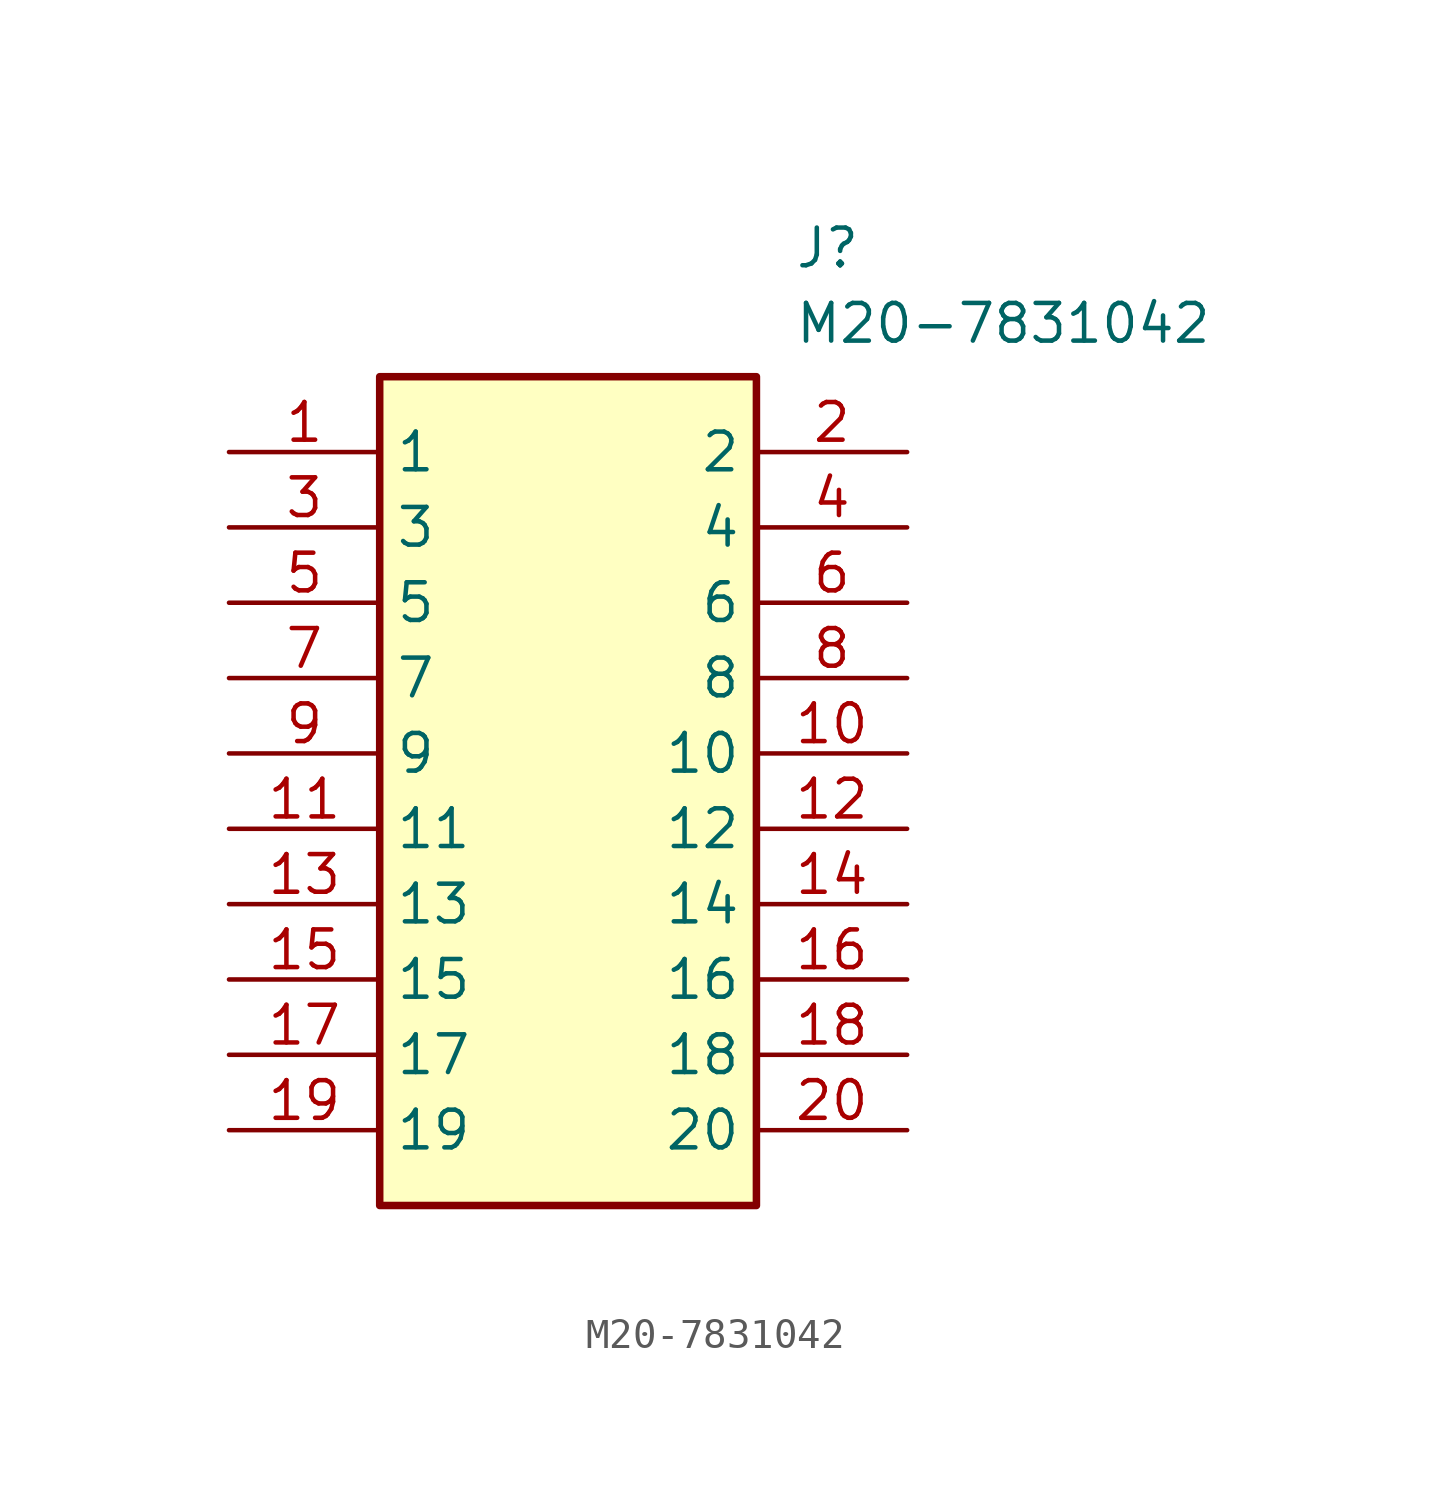
<source format=kicad_sym>
(kicad_symbol_lib
  (version 20211014)
  (generator SamacSys_ECAD_Model)
  (symbol "M20-7831042"
    (property "Reference" "J"
      (at 19.05 7.62 0)
      (effects (font (size 1.27 1.27)) (justify left top)))
    (property "Value" "M20-7831042"
      (at 19.05 5.08 0)
      (effects (font (size 1.27 1.27)) (justify left top)))
    (rectangle
      (start 5.08 2.54)
      (end 17.78 -25.4)
      (stroke (width 0.254) (type default))
      (fill (type background)))
    (pin passive line
      (at 0 0 0)
      (length 5.08)
      (name "1" (effects (font (size 1.27 1.27))))
      (number "1" (effects (font (size 1.27 1.27)))))
    (pin passive line
      (at 0 -2.54 0)
      (length 5.08)
      (name "3" (effects (font (size 1.27 1.27))))
      (number "3" (effects (font (size 1.27 1.27)))))
    (pin passive line
      (at 0 -5.08 0)
      (length 5.08)
      (name "5" (effects (font (size 1.27 1.27))))
      (number "5" (effects (font (size 1.27 1.27)))))
    (pin passive line
      (at 0 -7.62 0)
      (length 5.08)
      (name "7" (effects (font (size 1.27 1.27))))
      (number "7" (effects (font (size 1.27 1.27)))))
    (pin passive line
      (at 0 -10.16 0)
      (length 5.08)
      (name "9" (effects (font (size 1.27 1.27))))
      (number "9" (effects (font (size 1.27 1.27)))))
    (pin passive line
      (at 0 -12.7 0)
      (length 5.08)
      (name "11" (effects (font (size 1.27 1.27))))
      (number "11" (effects (font (size 1.27 1.27)))))
    (pin passive line
      (at 0 -15.24 0)
      (length 5.08)
      (name "13" (effects (font (size 1.27 1.27))))
      (number "13" (effects (font (size 1.27 1.27)))))
    (pin passive line
      (at 0 -17.78 0)
      (length 5.08)
      (name "15" (effects (font (size 1.27 1.27))))
      (number "15" (effects (font (size 1.27 1.27)))))
    (pin passive line
      (at 0 -20.32 0)
      (length 5.08)
      (name "17" (effects (font (size 1.27 1.27))))
      (number "17" (effects (font (size 1.27 1.27)))))
    (pin passive line
      (at 0 -22.86 0)
      (length 5.08)
      (name "19" (effects (font (size 1.27 1.27))))
      (number "19" (effects (font (size 1.27 1.27)))))
    (pin passive line
      (at 22.86 0 180)
      (length 5.08)
      (name "2" (effects (font (size 1.27 1.27))))
      (number "2" (effects (font (size 1.27 1.27)))))
    (pin passive line
      (at 22.86 -2.54 180)
      (length 5.08)
      (name "4" (effects (font (size 1.27 1.27))))
      (number "4" (effects (font (size 1.27 1.27)))))
    (pin passive line
      (at 22.86 -5.08 180)
      (length 5.08)
      (name "6" (effects (font (size 1.27 1.27))))
      (number "6" (effects (font (size 1.27 1.27)))))
    (pin passive line
      (at 22.86 -7.62 180)
      (length 5.08)
      (name "8" (effects (font (size 1.27 1.27))))
      (number "8" (effects (font (size 1.27 1.27)))))
    (pin passive line
      (at 22.86 -10.16 180)
      (length 5.08)
      (name "10" (effects (font (size 1.27 1.27))))
      (number "10" (effects (font (size 1.27 1.27)))))
    (pin passive line
      (at 22.86 -12.7 180)
      (length 5.08)
      (name "12" (effects (font (size 1.27 1.27))))
      (number "12" (effects (font (size 1.27 1.27)))))
    (pin passive line
      (at 22.86 -15.24 180)
      (length 5.08)
      (name "14" (effects (font (size 1.27 1.27))))
      (number "14" (effects (font (size 1.27 1.27)))))
    (pin passive line
      (at 22.86 -17.78 180)
      (length 5.08)
      (name "16" (effects (font (size 1.27 1.27))))
      (number "16" (effects (font (size 1.27 1.27)))))
    (pin passive line
      (at 22.86 -20.32 180)
      (length 5.08)
      (name "18" (effects (font (size 1.27 1.27))))
      (number "18" (effects (font (size 1.27 1.27)))))
    (pin passive line
      (at 22.86 -22.86 180)
      (length 5.08)
      (name "20" (effects (font (size 1.27 1.27))))
      (number "20" (effects (font (size 1.27 1.27)))))))
</source>
